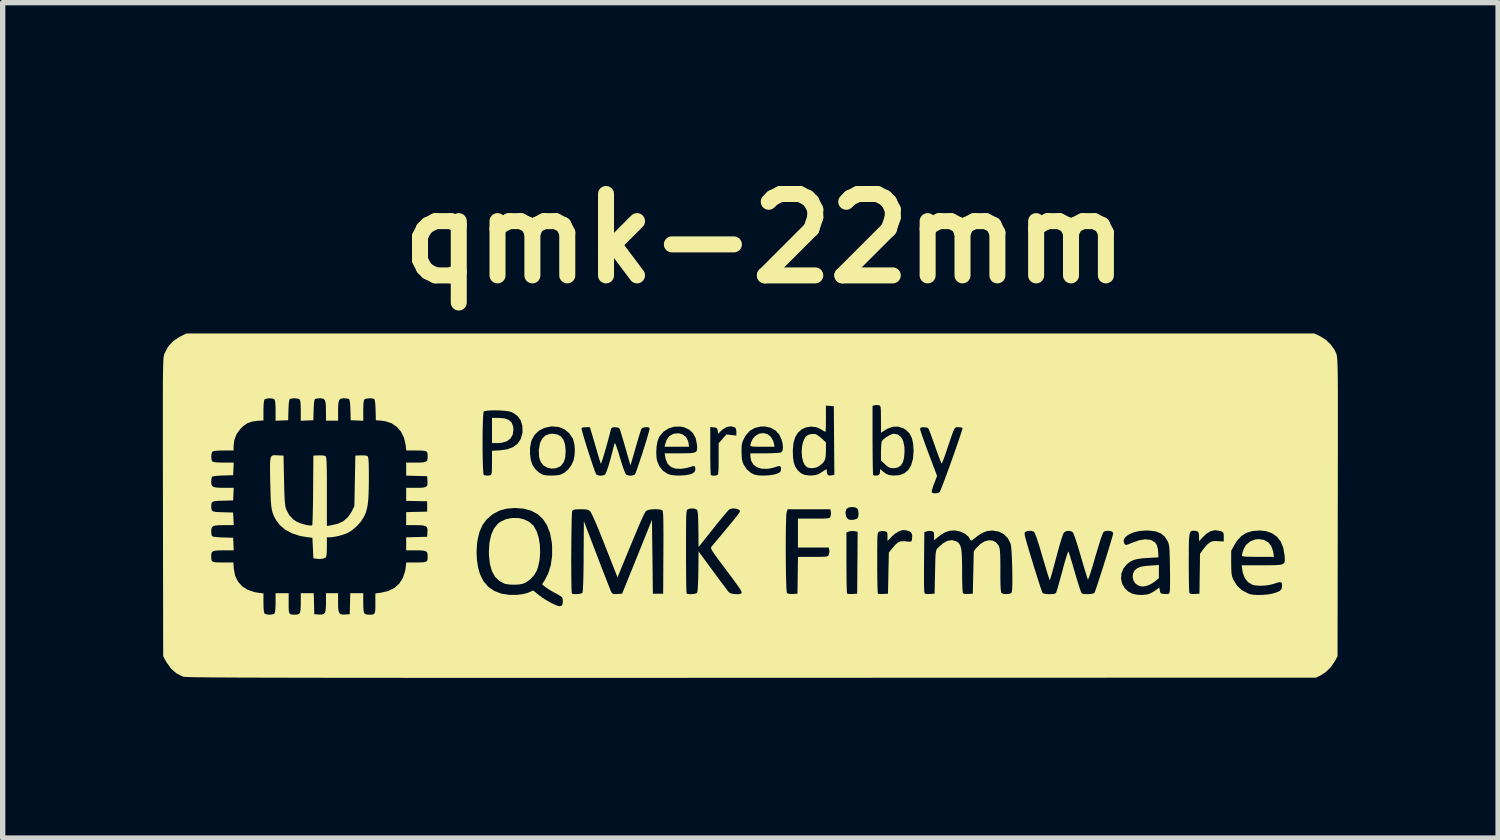
<source format=kicad_pcb>
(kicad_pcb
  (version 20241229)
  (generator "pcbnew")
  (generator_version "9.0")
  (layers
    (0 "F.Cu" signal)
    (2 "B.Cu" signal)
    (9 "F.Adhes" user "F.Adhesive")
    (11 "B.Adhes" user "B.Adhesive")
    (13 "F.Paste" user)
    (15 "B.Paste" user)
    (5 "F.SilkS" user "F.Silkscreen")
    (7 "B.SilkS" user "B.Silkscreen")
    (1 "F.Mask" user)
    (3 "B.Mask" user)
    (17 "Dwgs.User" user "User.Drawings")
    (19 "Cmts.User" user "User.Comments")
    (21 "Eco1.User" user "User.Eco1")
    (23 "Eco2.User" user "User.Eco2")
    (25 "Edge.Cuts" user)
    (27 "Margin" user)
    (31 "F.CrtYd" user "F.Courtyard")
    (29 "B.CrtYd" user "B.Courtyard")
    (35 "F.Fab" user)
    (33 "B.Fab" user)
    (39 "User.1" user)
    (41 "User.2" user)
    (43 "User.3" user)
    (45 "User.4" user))
  (footprint "qmk-22mm"
    (layer "F.Cu")
    (at 11.003 6.418)
    (property "Reference" "qmk-22mm" (at 0.272 -5 0) (layer "F.SilkS") (effects (font (size 1.524 1.524) (thickness 0.3))))
    (attr board_only exclude_from_pos_files exclude_from_bom)
    (fp_poly (pts (xy -1.267 -1.331) (xy -1.206 -1.283) (xy -1.167 -1.212) (xy -1.158 -1.172) (xy -1.148 -1.101) (xy -1.608 -1.101) (xy -1.596 -1.149) (xy -1.564 -1.24) (xy -1.515 -1.302) (xy -1.447 -1.34) (xy -1.429 -1.346) (xy -1.343 -1.354)) (stroke (width 0) (type solid)) (fill yes) (layer "F.SilkS"))
    (fp_poly (pts (xy -4.606 -1.633) (xy -4.525 -1.603) (xy -4.471 -1.554) (xy -4.443 -1.482) (xy -4.437 -1.42) (xy -4.451 -1.327) (xy -4.493 -1.254) (xy -4.561 -1.204) (xy -4.655 -1.176) (xy -4.73 -1.17) (xy -4.839 -1.17) (xy -4.839 -1.642) (xy -4.716 -1.642)) (stroke (width 0) (type solid)) (fill yes) (layer "F.SilkS"))
    (fp_poly (pts (xy 0.32 -1.337) (xy 0.381 -1.29) (xy 0.425 -1.219) (xy 0.443 -1.157) (xy 0.453 -1.101) (xy 0.227 -1.101) (xy 0.132 -1.101) (xy 0.068 -1.103) (xy 0.028 -1.107) (xy 0.007 -1.114) (xy 0.000156 -1.125) (xy 0 -1.127) (xy 0.012 -1.182) (xy 0.042 -1.244) (xy 0.083 -1.295) (xy 0.095 -1.306) (xy 0.171 -1.348) (xy 0.248 -1.357)) (stroke (width 0) (type solid)) (fill yes) (layer "F.SilkS"))
    (fp_poly (pts (xy 9.619 0.644) (xy 9.698 0.687) (xy 9.755 0.758) (xy 9.789 0.853) (xy 9.794 0.88) (xy 9.805 0.961) (xy 9.506 0.961) (xy 9.391 0.96) (xy 9.307 0.958) (xy 9.251 0.954) (xy 9.218 0.949) (xy 9.207 0.941) (xy 9.206 0.939) (xy 9.217 0.876) (xy 9.244 0.805) (xy 9.281 0.742) (xy 9.289 0.732) (xy 9.364 0.669) (xy 9.457 0.635) (xy 9.522 0.629)) (stroke (width 0) (type solid)) (fill yes) (layer "F.SilkS"))
    (fp_poly (pts (xy -3.616 -1.332) (xy -3.547 -1.294) (xy -3.498 -1.229) (xy -3.469 -1.136) (xy -3.459 -1.014) (xy -3.459 -1.013) (xy -3.467 -0.901) (xy -3.494 -0.815) (xy -3.54 -0.752) (xy -3.565 -0.731) (xy -3.64 -0.699) (xy -3.727 -0.692) (xy -3.8 -0.708) (xy -3.876 -0.751) (xy -3.929 -0.819) (xy -3.957 -0.912) (xy -3.962 -1.031) (xy -3.959 -1.061) (xy -3.938 -1.174) (xy -3.896 -1.258) (xy -3.835 -1.314) (xy -3.753 -1.342) (xy -3.707 -1.345)) (stroke (width 0) (type solid)) (fill yes) (layer "F.SilkS"))
    (fp_poly (pts (xy 7.651 1.36) (xy 7.577 1.421) (xy 7.52 1.46) (xy 7.459 1.491) (xy 7.433 1.5) (xy 7.384 1.513) (xy 7.35 1.516) (xy 7.312 1.512) (xy 7.29 1.508) (xy 7.252 1.49) (xy 7.211 1.459) (xy 7.207 1.455) (xy 7.173 1.4) (xy 7.16 1.334) (xy 7.168 1.268) (xy 7.197 1.215) (xy 7.202 1.211) (xy 7.242 1.178) (xy 7.284 1.156) (xy 7.337 1.141) (xy 7.409 1.131) (xy 7.483 1.125) (xy 7.651 1.113)) (stroke (width 0) (type solid)) (fill yes) (layer "F.SilkS"))
    (fp_poly (pts (xy 2.762 -1.33) (xy 2.82 -1.285) (xy 2.861 -1.211) (xy 2.884 -1.109) (xy 2.888 -1.022) (xy 2.88 -0.901) (xy 2.856 -0.809) (xy 2.814 -0.746) (xy 2.754 -0.71) (xy 2.677 -0.699) (xy 2.629 -0.703) (xy 2.589 -0.718) (xy 2.544 -0.752) (xy 2.524 -0.771) (xy 2.446 -0.843) (xy 2.446 -1.008) (xy 2.448 -1.084) (xy 2.453 -1.15) (xy 2.46 -1.196) (xy 2.464 -1.208) (xy 2.494 -1.242) (xy 2.545 -1.281) (xy 2.602 -1.315) (xy 2.656 -1.339) (xy 2.686 -1.345)) (stroke (width 0) (type solid)) (fill yes) (layer "F.SilkS"))
    (fp_poly (pts (xy 1.209 -1.34) (xy 1.224 -1.336) (xy 1.258 -1.318) (xy 1.305 -1.283) (xy 1.339 -1.254) (xy 1.415 -1.183) (xy 1.415 -1.027) (xy 1.412 -0.937) (xy 1.402 -0.873) (xy 1.38 -0.824) (xy 1.341 -0.781) (xy 1.289 -0.74) (xy 1.227 -0.71) (xy 1.153 -0.699) (xy 1.085 -0.708) (xy 1.06 -0.719) (xy 1.016 -0.762) (xy 0.985 -0.831) (xy 0.967 -0.916) (xy 0.961 -1.011) (xy 0.968 -1.106) (xy 0.988 -1.195) (xy 1.022 -1.268) (xy 1.042 -1.296) (xy 1.087 -1.325) (xy 1.148 -1.34)) (stroke (width 0) (type solid)) (fill yes) (layer "F.SilkS"))
    (fp_poly (pts (xy -4.354 0.233) (xy -4.243 0.257) (xy -4.145 0.304) (xy -4.066 0.373) (xy -4.054 0.389) (xy -4.001 0.485) (xy -3.964 0.604) (xy -3.942 0.739) (xy -3.937 0.881) (xy -3.948 1.022) (xy -3.977 1.153) (xy -4.003 1.225) (xy -4.052 1.307) (xy -4.122 1.382) (xy -4.201 1.439) (xy -4.259 1.464) (xy -4.33 1.478) (xy -4.417 1.483) (xy -4.506 1.48) (xy -4.582 1.469) (xy -4.608 1.462) (xy -4.706 1.409) (xy -4.784 1.331) (xy -4.841 1.226) (xy -4.878 1.094) (xy -4.896 0.934) (xy -4.897 0.856) (xy -4.886 0.691) (xy -4.854 0.549) (xy -4.803 0.433) (xy -4.733 0.344) (xy -4.686 0.307) (xy -4.582 0.257) (xy -4.469 0.233)) (stroke (width 0) (type solid)) (fill yes) (layer "F.SilkS"))
    (fp_poly (pts (xy -8.882 -0.942) (xy -8.845 -0.94) (xy -8.743 -0.935) (xy -8.733 -0.472) (xy -8.73 -0.324) (xy -8.726 -0.207) (xy -8.722 -0.116) (xy -8.716 -0.047) (xy -8.71 0.004) (xy -8.702 0.043) (xy -8.694 0.069) (xy -8.637 0.178) (xy -8.561 0.26) (xy -8.492 0.305) (xy -8.435 0.329) (xy -8.368 0.35) (xy -8.303 0.366) (xy -8.247 0.374) (xy -8.212 0.372) (xy -8.206 0.369) (xy -8.203 0.349) (xy -8.2 0.299) (xy -8.197 0.221) (xy -8.195 0.12) (xy -8.192 0.000176) (xy -8.19 -0.135) (xy -8.189 -0.282) (xy -8.189 -0.289) (xy -8.184 -0.935) (xy -8.082 -0.94) (xy -8.017 -0.939) (xy -7.97 -0.932) (xy -7.956 -0.925) (xy -7.949 -0.914) (xy -7.944 -0.892) (xy -7.94 -0.856) (xy -7.936 -0.803) (xy -7.934 -0.728) (xy -7.932 -0.63) (xy -7.931 -0.505) (xy -7.931 -0.35) (xy -7.931 -0.261) (xy -7.931 0.382) (xy -7.865 0.373) (xy -7.73 0.342) (xy -7.621 0.291) (xy -7.536 0.217) (xy -7.469 0.118) (xy -7.465 0.109) (xy -7.416 0.009) (xy -7.398 -0.935) (xy -7.296 -0.94) (xy -7.231 -0.939) (xy -7.184 -0.932) (xy -7.17 -0.925) (xy -7.161 -0.911) (xy -7.155 -0.885) (xy -7.15 -0.841) (xy -7.147 -0.775) (xy -7.146 -0.684) (xy -7.145 -0.563) (xy -7.145 -0.526) (xy -7.146 -0.359) (xy -7.15 -0.222) (xy -7.156 -0.11) (xy -7.166 -0.019) (xy -7.181 0.058) (xy -7.199 0.124) (xy -7.224 0.184) (xy -7.233 0.204) (xy -7.295 0.302) (xy -7.379 0.395) (xy -7.474 0.473) (xy -7.529 0.507) (xy -7.6 0.536) (xy -7.687 0.563) (xy -7.775 0.583) (xy -7.851 0.593) (xy -7.868 0.594) (xy -7.931 0.594) (xy -7.931 0.775) (xy -7.933 0.872) (xy -7.939 0.937) (xy -7.949 0.97) (xy -7.953 0.974) (xy -8.002 0.995) (xy -8.073 1.001) (xy -8.123 0.996) (xy -8.184 0.987) (xy -8.193 0.795) (xy -8.202 0.603) (xy -8.254 0.598) (xy -8.428 0.571) (xy -8.582 0.521) (xy -8.712 0.451) (xy -8.817 0.361) (xy -8.883 0.272) (xy -8.911 0.222) (xy -8.933 0.174) (xy -8.951 0.124) (xy -8.964 0.066) (xy -8.974 -0.004) (xy -8.981 -0.091) (xy -8.986 -0.2) (xy -8.989 -0.337) (xy -8.992 -0.437) (xy -8.995 -0.584) (xy -8.996 -0.7) (xy -8.996 -0.788) (xy -8.991 -0.852) (xy -8.983 -0.896) (xy -8.969 -0.923) (xy -8.948 -0.938) (xy -8.919 -0.943)) (stroke (width 0) (type solid)) (fill yes) (layer "F.SilkS"))
    (fp_poly (pts (xy 10.665 -3.174) (xy 10.773 -3.108) (xy 10.867 -3.019) (xy 10.94 -2.918) (xy 10.97 -2.854) (xy 10.975 -2.841) (xy 10.979 -2.827) (xy 10.983 -2.812) (xy 10.986 -2.792) (xy 10.989 -2.767) (xy 10.992 -2.735) (xy 10.994 -2.694) (xy 10.996 -2.642) (xy 10.998 -2.578) (xy 11 -2.501) (xy 11.001 -2.408) (xy 11.002 -2.298) (xy 11.003 -2.169) (xy 11.003 -2.02) (xy 11.003 -1.849) (xy 11.003 -1.654) (xy 11.003 -1.434) (xy 11.003 -1.186) (xy 11.003 -0.911) (xy 11.002 -0.604) (xy 11.002 -0.266) (xy 11.001 0.032) (xy 10.997 2.821) (xy 10.948 2.914) (xy 10.872 3.025) (xy 10.775 3.12) (xy 10.677 3.183) (xy 10.595 3.223) (xy 0.017 3.226) (xy -0.722 3.226) (xy -1.428 3.227) (xy -2.1 3.227) (xy -2.739 3.227) (xy -3.347 3.227) (xy -3.924 3.227) (xy -4.47 3.227) (xy -4.987 3.227) (xy -5.475 3.227) (xy -5.935 3.227) (xy -6.368 3.227) (xy -6.775 3.226) (xy -7.156 3.226) (xy -7.512 3.226) (xy -7.844 3.226) (xy -8.153 3.225) (xy -8.439 3.225) (xy -8.703 3.224) (xy -8.947 3.224) (xy -9.17 3.223) (xy -9.374 3.222) (xy -9.559 3.222) (xy -9.726 3.221) (xy -9.876 3.22) (xy -10.01 3.219) (xy -10.129 3.218) (xy -10.232 3.217) (xy -10.322 3.216) (xy -10.398 3.215) (xy -10.462 3.214) (xy -10.514 3.212) (xy -10.555 3.211) (xy -10.587 3.209) (xy -10.609 3.208) (xy -10.622 3.206) (xy -10.626 3.205) (xy -10.745 3.145) (xy -10.846 3.058) (xy -10.932 2.94) (xy -10.955 2.899) (xy -10.997 2.821) (xy -11 0.945) (xy -10.097 0.945) (xy -10.096 0.995) (xy -10.09 1.029) (xy -10.071 1.05) (xy -10.036 1.061) (xy -9.978 1.065) (xy -9.892 1.066) (xy -9.879 1.066) (xy -9.683 1.066) (xy -9.674 1.187) (xy -9.649 1.315) (xy -9.596 1.425) (xy -9.515 1.514) (xy -9.41 1.58) (xy -9.282 1.622) (xy -9.219 1.633) (xy -9.119 1.645) (xy -9.119 1.823) (xy -9.117 1.92) (xy -9.11 1.986) (xy -9.1 2.021) (xy -9.098 2.023) (xy -9.068 2.036) (xy -9.02 2.043) (xy -9.005 2.044) (xy -8.955 2.039) (xy -8.918 2.027) (xy -8.913 2.023) (xy -8.902 1.993) (xy -8.895 1.93) (xy -8.892 1.837) (xy -8.892 1.822) (xy -8.892 1.642) (xy -8.647 1.642) (xy -8.647 1.832) (xy -8.647 1.921) (xy -8.643 1.981) (xy -8.632 2.017) (xy -8.612 2.036) (xy -8.578 2.043) (xy -8.528 2.044) (xy -8.527 2.044) (xy -8.483 2.041) (xy -8.453 2.029) (xy -8.434 2.002) (xy -8.424 1.955) (xy -8.421 1.882) (xy -8.42 1.822) (xy -8.42 1.642) (xy -8.177 1.642) (xy -8.172 1.839) (xy -8.167 2.035) (xy -8.08 2.041) (xy -8.027 2.041) (xy -7.99 2.031) (xy -7.967 2.006) (xy -7.955 1.96) (xy -7.949 1.888) (xy -7.948 1.813) (xy -7.948 1.642) (xy -7.721 1.642) (xy -7.721 1.813) (xy -7.72 1.908) (xy -7.713 1.973) (xy -7.698 2.014) (xy -7.672 2.035) (xy -7.631 2.042) (xy -7.59 2.041) (xy -7.503 2.035) (xy -7.498 1.839) (xy -7.493 1.642) (xy -7.25 1.642) (xy -7.25 1.822) (xy -7.248 1.914) (xy -7.243 1.976) (xy -7.23 2.015) (xy -7.207 2.035) (xy -7.172 2.043) (xy -7.143 2.044) (xy -7.092 2.043) (xy -7.058 2.036) (xy -7.038 2.017) (xy -7.027 1.981) (xy -7.023 1.921) (xy -7.023 1.834) (xy -7.023 1.645) (xy -6.922 1.633) (xy -6.783 1.601) (xy -6.667 1.544) (xy -6.574 1.46) (xy -6.506 1.353) (xy -6.465 1.223) (xy -6.456 1.166) (xy -6.444 1.066) (xy -6.255 1.066) (xy -6.166 1.065) (xy -6.107 1.061) (xy -6.071 1.05) (xy -6.052 1.03) (xy -6.045 0.995) (xy -6.044 0.945) (xy -6.047 0.901) (xy -6.059 0.871) (xy -6.069 0.864) (xy -5.128 0.864) (xy -5.121 1.018) (xy -5.099 1.163) (xy -5.064 1.285) (xy -4.999 1.415) (xy -4.91 1.52) (xy -4.799 1.598) (xy -4.667 1.649) (xy -4.513 1.673) (xy -4.379 1.673) (xy -4.265 1.66) (xy -4.173 1.636) (xy -4.15 1.627) (xy -4.067 1.59) (xy -3.961 1.677) (xy -3.892 1.727) (xy -3.814 1.777) (xy -3.734 1.822) (xy -3.66 1.858) (xy -3.601 1.881) (xy -3.57 1.886) (xy -3.535 1.875) (xy -3.522 1.859) (xy -3.513 1.814) (xy -3.513 1.762) (xy -3.523 1.723) (xy -3.525 1.719) (xy -3.545 1.703) (xy -3.589 1.675) (xy -3.647 1.643) (xy -3.661 1.636) (xy -3.729 1.598) (xy -3.793 1.558) (xy -3.84 1.525) (xy -3.843 1.523) (xy -3.901 1.474) (xy -3.854 1.403) (xy -3.785 1.27) (xy -3.737 1.114) (xy -3.726 1.034) (xy -3.355 1.034) (xy -3.354 1.171) (xy -3.354 1.299) (xy -3.352 1.414) (xy -3.351 1.51) (xy -3.348 1.584) (xy -3.345 1.632) (xy -3.342 1.648) (xy -3.314 1.657) (xy -3.267 1.66) (xy -3.213 1.656) (xy -3.168 1.647) (xy -3.147 1.636) (xy -3.141 1.614) (xy -3.136 1.561) (xy -3.132 1.477) (xy -3.128 1.361) (xy -3.125 1.211) (xy -3.123 1.029) (xy -3.123 0.953) (xy -3.118 0.292) (xy -2.875 0.928) (xy -2.82 1.071) (xy -2.769 1.205) (xy -2.721 1.327) (xy -2.68 1.432) (xy -2.647 1.516) (xy -2.623 1.577) (xy -2.609 1.61) (xy -2.608 1.612) (xy -2.591 1.641) (xy -2.569 1.655) (xy -2.53 1.658) (xy -2.493 1.656) (xy -2.402 1.651) (xy -2.122 0.959) (xy -1.843 0.267) (xy -1.834 0.959) (xy -1.826 1.651) (xy -1.633 1.651) (xy -1.629 0.884) (xy -1.629 0.862) (xy -1.205 0.862) (xy -1.205 1.024) (xy -1.204 1.174) (xy -1.203 1.31) (xy -1.202 1.428) (xy -1.2 1.524) (xy -1.198 1.595) (xy -1.195 1.637) (xy -1.194 1.648) (xy -1.166 1.657) (xy -1.118 1.66) (xy -1.064 1.656) (xy -1.019 1.647) (xy -0.998 1.636) (xy -0.991 1.61) (xy -0.985 1.55) (xy -0.98 1.458) (xy -0.976 1.337) (xy -0.974 1.236) (xy -0.97 0.859) (xy -0.699 1.228) (xy -0.625 1.329) (xy -0.556 1.422) (xy -0.495 1.502) (xy -0.447 1.566) (xy -0.413 1.61) (xy -0.397 1.629) (xy -0.365 1.645) (xy -0.314 1.656) (xy -0.257 1.661) (xy -0.205 1.658) (xy -0.171 1.648) (xy -0.166 1.642) (xy -0.163 1.632) (xy -0.165 1.618) (xy -0.174 1.596) (xy -0.193 1.564) (xy -0.224 1.518) (xy -0.268 1.456) (xy -0.328 1.374) (xy -0.405 1.27) (xy -0.477 1.175) (xy -0.561 1.063) (xy -0.626 0.975) (xy -0.674 0.908) (xy -0.706 0.859) (xy -0.727 0.824) (xy -0.736 0.801) (xy -0.737 0.786) (xy 0.663 0.786) (xy 0.663 0.929) (xy 0.664 1.07) (xy 0.666 1.205) (xy 0.668 1.329) (xy 0.671 1.438) (xy 0.674 1.528) (xy 0.678 1.594) (xy 0.683 1.632) (xy 0.686 1.639) (xy 0.718 1.653) (xy 0.775 1.657) (xy 0.795 1.656) (xy 0.882 1.651) (xy 0.887 1.306) (xy 0.89 1.071) (xy 1.799 1.071) (xy 1.8 1.208) (xy 1.801 1.334) (xy 1.802 1.445) (xy 1.805 1.535) (xy 1.807 1.602) (xy 1.81 1.641) (xy 1.812 1.649) (xy 1.835 1.655) (xy 1.881 1.657) (xy 1.912 1.656) (xy 2 1.651) (xy 2.005 1.072) (xy 2.376 1.072) (xy 2.376 1.209) (xy 2.377 1.335) (xy 2.379 1.445) (xy 2.381 1.536) (xy 2.384 1.603) (xy 2.386 1.641) (xy 2.388 1.649) (xy 2.412 1.655) (xy 2.457 1.657) (xy 2.489 1.656) (xy 2.577 1.651) (xy 2.585 1.302) (xy 3.252 1.302) (xy 3.252 1.413) (xy 3.253 1.505) (xy 3.255 1.574) (xy 3.257 1.614) (xy 3.258 1.621) (xy 3.267 1.645) (xy 3.286 1.656) (xy 3.325 1.658) (xy 3.359 1.656) (xy 3.45 1.651) (xy 3.459 1.246) (xy 3.462 1.117) (xy 3.464 1.018) (xy 3.467 0.945) (xy 3.471 0.893) (xy 3.477 0.857) (xy 3.484 0.832) (xy 3.494 0.814) (xy 3.507 0.798) (xy 3.511 0.794) (xy 3.602 0.711) (xy 3.688 0.662) (xy 3.771 0.648) (xy 3.851 0.668) (xy 3.859 0.672) (xy 3.891 0.692) (xy 3.915 0.719) (xy 3.934 0.757) (xy 3.948 0.809) (xy 3.957 0.881) (xy 3.962 0.976) (xy 3.965 1.098) (xy 3.966 1.228) (xy 3.966 1.342) (xy 3.968 1.444) (xy 3.971 1.531) (xy 3.975 1.595) (xy 3.979 1.632) (xy 3.981 1.639) (xy 4.01 1.654) (xy 4.072 1.657) (xy 4.081 1.656) (xy 4.166 1.651) (xy 4.175 1.253) (xy 4.184 0.856) (xy 4.233 0.794) (xy 4.307 0.72) (xy 4.385 0.672) (xy 4.464 0.65) (xy 4.537 0.656) (xy 4.6 0.688) (xy 4.649 0.748) (xy 4.653 0.757) (xy 4.663 0.783) (xy 4.67 0.816) (xy 4.675 0.862) (xy 4.679 0.926) (xy 4.681 1.012) (xy 4.682 1.126) (xy 4.682 1.218) (xy 4.682 1.36) (xy 4.684 1.471) (xy 4.688 1.552) (xy 4.693 1.605) (xy 4.699 1.634) (xy 4.703 1.639) (xy 4.737 1.654) (xy 4.789 1.659) (xy 4.843 1.654) (xy 4.883 1.64) (xy 4.891 1.633) (xy 4.898 1.608) (xy 4.903 1.553) (xy 4.906 1.475) (xy 4.907 1.38) (xy 4.906 1.273) (xy 4.904 1.161) (xy 4.901 1.05) (xy 4.896 0.944) (xy 4.891 0.851) (xy 4.884 0.776) (xy 4.876 0.725) (xy 4.873 0.713) (xy 4.822 0.612) (xy 4.748 0.537) (xy 4.707 0.515) (xy 5.137 0.515) (xy 5.137 0.538) (xy 5.143 0.572) (xy 5.156 0.623) (xy 5.175 0.693) (xy 5.202 0.785) (xy 5.237 0.904) (xy 5.283 1.052) (xy 5.287 1.066) (xy 5.328 1.199) (xy 5.366 1.321) (xy 5.401 1.43) (xy 5.43 1.52) (xy 5.453 1.587) (xy 5.468 1.628) (xy 5.473 1.638) (xy 5.501 1.651) (xy 5.557 1.658) (xy 5.6 1.66) (xy 5.665 1.657) (xy 5.704 1.65) (xy 5.724 1.634) (xy 5.727 1.629) (xy 5.736 1.604) (xy 5.753 1.55) (xy 5.775 1.473) (xy 5.801 1.378) (xy 5.831 1.271) (xy 5.845 1.218) (xy 5.874 1.11) (xy 5.901 1.016) (xy 5.925 0.94) (xy 5.943 0.887) (xy 5.955 0.861) (xy 5.958 0.86) (xy 5.966 0.882) (xy 5.982 0.934) (xy 6.005 1.008) (xy 6.033 1.101) (xy 6.064 1.206) (xy 6.079 1.258) (xy 6.111 1.367) (xy 6.142 1.465) (xy 6.168 1.547) (xy 6.189 1.607) (xy 6.204 1.641) (xy 6.208 1.646) (xy 6.241 1.656) (xy 6.294 1.659) (xy 6.353 1.658) (xy 6.405 1.651) (xy 6.439 1.64) (xy 6.443 1.637) (xy 6.452 1.616) (xy 6.47 1.566) (xy 6.495 1.492) (xy 6.526 1.4) (xy 6.536 1.368) (xy 6.942 1.368) (xy 6.962 1.459) (xy 7.007 1.542) (xy 7.076 1.61) (xy 7.156 1.652) (xy 7.24 1.67) (xy 7.336 1.675) (xy 7.426 1.666) (xy 7.461 1.657) (xy 7.512 1.634) (xy 7.571 1.6) (xy 7.59 1.586) (xy 7.66 1.536) (xy 7.669 1.593) (xy 7.677 1.628) (xy 7.693 1.646) (xy 7.728 1.654) (xy 7.76 1.656) (xy 7.811 1.658) (xy 7.837 1.651) (xy 7.85 1.631) (xy 7.854 1.616) (xy 7.857 1.587) (xy 7.859 1.527) (xy 7.86 1.444) (xy 7.86 1.343) (xy 7.859 1.228) (xy 7.858 1.157) (xy 7.857 1.065) (xy 8.21 1.065) (xy 8.211 1.2) (xy 8.212 1.325) (xy 8.213 1.434) (xy 8.215 1.524) (xy 8.218 1.59) (xy 8.22 1.627) (xy 8.221 1.633) (xy 8.237 1.65) (xy 8.27 1.657) (xy 8.322 1.656) (xy 8.411 1.651) (xy 8.416 1.278) (xy 8.419 1.074) (xy 9.005 1.074) (xy 9.006 1.172) (xy 9.009 1.242) (xy 9.015 1.295) (xy 9.025 1.337) (xy 9.04 1.376) (xy 9.046 1.389) (xy 9.114 1.5) (xy 9.206 1.586) (xy 9.323 1.647) (xy 9.363 1.661) (xy 9.423 1.671) (xy 9.505 1.675) (xy 9.598 1.673) (xy 9.688 1.665) (xy 9.766 1.652) (xy 9.775 1.65) (xy 9.858 1.625) (xy 9.912 1.6) (xy 9.943 1.57) (xy 9.956 1.531) (xy 9.957 1.502) (xy 9.955 1.461) (xy 9.943 1.439) (xy 9.916 1.434) (xy 9.867 1.445) (xy 9.8 1.467) (xy 9.722 1.487) (xy 9.631 1.499) (xy 9.537 1.502) (xy 9.455 1.496) (xy 9.404 1.484) (xy 9.321 1.435) (xy 9.26 1.359) (xy 9.222 1.257) (xy 9.214 1.208) (xy 9.202 1.118) (xy 9.578 1.118) (xy 9.714 1.118) (xy 9.818 1.117) (xy 9.895 1.112) (xy 9.949 1.104) (xy 9.983 1.088) (xy 10.002 1.065) (xy 10.009 1.033) (xy 10.009 0.989) (xy 10.005 0.934) (xy 9.981 0.793) (xy 9.933 0.675) (xy 9.861 0.583) (xy 9.768 0.517) (xy 9.653 0.478) (xy 9.543 0.467) (xy 9.405 0.477) (xy 9.29 0.511) (xy 9.194 0.572) (xy 9.113 0.661) (xy 9.068 0.734) (xy 9.005 0.847) (xy 9.005 1.074) (xy 8.419 1.074) (xy 8.421 0.905) (xy 8.473 0.829) (xy 8.517 0.773) (xy 8.566 0.723) (xy 8.586 0.707) (xy 8.624 0.681) (xy 8.662 0.668) (xy 8.712 0.665) (xy 8.755 0.667) (xy 8.866 0.673) (xy 8.866 0.585) (xy 8.864 0.533) (xy 8.855 0.505) (xy 8.831 0.488) (xy 8.793 0.475) (xy 8.705 0.461) (xy 8.622 0.479) (xy 8.54 0.529) (xy 8.486 0.58) (xy 8.403 0.668) (xy 8.403 0.58) (xy 8.398 0.52) (xy 8.381 0.487) (xy 8.344 0.474) (xy 8.306 0.472) (xy 8.281 0.473) (xy 8.26 0.477) (xy 8.244 0.49) (xy 8.232 0.513) (xy 8.223 0.551) (xy 8.217 0.607) (xy 8.213 0.684) (xy 8.211 0.785) (xy 8.211 0.915) (xy 8.21 1.065) (xy 7.857 1.065) (xy 7.856 1.025) (xy 7.853 0.923) (xy 7.85 0.845) (xy 7.846 0.788) (xy 7.84 0.745) (xy 7.833 0.712) (xy 7.822 0.684) (xy 7.811 0.66) (xy 7.758 0.579) (xy 7.686 0.521) (xy 7.593 0.485) (xy 7.474 0.469) (xy 7.407 0.467) (xy 7.296 0.476) (xy 7.196 0.497) (xy 7.112 0.529) (xy 7.047 0.569) (xy 7.005 0.614) (xy 6.989 0.663) (xy 7.004 0.713) (xy 7.009 0.721) (xy 7.023 0.734) (xy 7.043 0.737) (xy 7.075 0.728) (xy 7.129 0.706) (xy 7.151 0.697) (xy 7.277 0.651) (xy 7.389 0.633) (xy 7.485 0.641) (xy 7.515 0.652) (xy 7.574 0.686) (xy 7.611 0.735) (xy 7.631 0.806) (xy 7.637 0.865) (xy 7.643 0.97) (xy 7.451 0.981) (xy 7.335 0.989) (xy 7.246 1.002) (xy 7.178 1.02) (xy 7.122 1.046) (xy 7.071 1.083) (xy 7.048 1.103) (xy 6.984 1.183) (xy 6.949 1.273) (xy 6.942 1.368) (xy 6.536 1.368) (xy 6.56 1.293) (xy 6.597 1.178) (xy 6.635 1.059) (xy 6.672 0.94) (xy 6.707 0.827) (xy 6.738 0.724) (xy 6.764 0.637) (xy 6.783 0.57) (xy 6.794 0.528) (xy 6.795 0.518) (xy 6.78 0.492) (xy 6.742 0.476) (xy 6.692 0.471) (xy 6.641 0.48) (xy 6.623 0.488) (xy 6.609 0.506) (xy 6.59 0.548) (xy 6.565 0.617) (xy 6.534 0.715) (xy 6.495 0.842) (xy 6.463 0.951) (xy 6.429 1.069) (xy 6.397 1.174) (xy 6.369 1.263) (xy 6.346 1.33) (xy 6.33 1.372) (xy 6.322 1.385) (xy 6.322 1.385) (xy 6.314 1.365) (xy 6.298 1.316) (xy 6.275 1.243) (xy 6.247 1.15) (xy 6.215 1.042) (xy 6.187 0.944) (xy 6.142 0.792) (xy 6.104 0.671) (xy 6.073 0.58) (xy 6.049 0.52) (xy 6.033 0.494) (xy 6.033 0.494) (xy 5.982 0.474) (xy 5.924 0.477) (xy 5.876 0.501) (xy 5.874 0.503) (xy 5.86 0.53) (xy 5.839 0.587) (xy 5.812 0.672) (xy 5.781 0.78) (xy 5.745 0.908) (xy 5.73 0.966) (xy 5.699 1.083) (xy 5.67 1.188) (xy 5.646 1.276) (xy 5.626 1.343) (xy 5.613 1.385) (xy 5.607 1.398) (xy 5.6 1.381) (xy 5.585 1.336) (xy 5.562 1.266) (xy 5.535 1.175) (xy 5.503 1.068) (xy 5.468 0.951) (xy 5.423 0.797) (xy 5.385 0.676) (xy 5.355 0.587) (xy 5.331 0.526) (xy 5.314 0.494) (xy 5.308 0.488) (xy 5.256 0.473) (xy 5.196 0.475) (xy 5.148 0.493) (xy 5.148 0.494) (xy 5.141 0.502) (xy 5.137 0.515) (xy 4.707 0.515) (xy 4.653 0.488) (xy 4.541 0.469) (xy 4.523 0.468) (xy 4.431 0.479) (xy 4.343 0.513) (xy 4.25 0.573) (xy 4.198 0.617) (xy 4.156 0.648) (xy 4.132 0.656) (xy 4.127 0.652) (xy 4.089 0.587) (xy 4.024 0.531) (xy 3.941 0.49) (xy 3.849 0.468) (xy 3.808 0.466) (xy 3.726 0.474) (xy 3.651 0.499) (xy 3.571 0.546) (xy 3.516 0.589) (xy 3.441 0.649) (xy 3.441 0.569) (xy 3.439 0.519) (xy 3.429 0.494) (xy 3.405 0.481) (xy 3.395 0.478) (xy 3.342 0.475) (xy 3.304 0.483) (xy 3.258 0.499) (xy 3.253 1.04) (xy 3.252 1.176) (xy 3.252 1.302) (xy 2.585 1.302) (xy 2.585 1.265) (xy 2.594 0.879) (xy 2.661 0.797) (xy 2.718 0.732) (xy 2.766 0.691) (xy 2.812 0.671) (xy 2.867 0.667) (xy 2.915 0.671) (xy 2.973 0.677) (xy 3.004 0.675) (xy 3.019 0.664) (xy 3.026 0.64) (xy 3.027 0.634) (xy 3.032 0.561) (xy 3.015 0.508) (xy 2.977 0.48) (xy 2.972 0.479) (xy 2.928 0.468) (xy 2.902 0.461) (xy 2.848 0.46) (xy 2.781 0.483) (xy 2.71 0.526) (xy 2.651 0.578) (xy 2.568 0.664) (xy 2.568 0.577) (xy 2.567 0.526) (xy 2.558 0.498) (xy 2.537 0.486) (xy 2.509 0.48) (xy 2.455 0.477) (xy 2.413 0.488) (xy 2.402 0.494) (xy 2.394 0.504) (xy 2.388 0.52) (xy 2.383 0.546) (xy 2.38 0.586) (xy 2.378 0.644) (xy 2.377 0.724) (xy 2.376 0.828) (xy 2.376 0.961) (xy 2.376 1.072) (xy 2.005 1.072) (xy 2.005 1.071) (xy 2.009 0.491) (xy 1.947 0.479) (xy 1.889 0.476) (xy 1.842 0.487) (xy 1.799 0.506) (xy 1.799 1.071) (xy 0.89 1.071) (xy 0.892 0.961) (xy 1.171 0.961) (xy 1.276 0.961) (xy 1.351 0.96) (xy 1.401 0.957) (xy 1.433 0.953) (xy 1.452 0.945) (xy 1.463 0.933) (xy 1.47 0.918) (xy 1.481 0.868) (xy 1.478 0.831) (xy 1.467 0.786) (xy 0.891 0.786) (xy 0.891 0.245) (xy 1.188 0.245) (xy 1.297 0.244) (xy 1.375 0.244) (xy 1.429 0.241) (xy 1.463 0.237) (xy 1.483 0.23) (xy 1.494 0.22) (xy 1.501 0.206) (xy 1.501 0.204) (xy 1.51 0.156) (xy 1.509 0.139) (xy 1.782 0.139) (xy 1.793 0.208) (xy 1.827 0.253) (xy 1.86 0.267) (xy 1.916 0.269) (xy 1.973 0.256) (xy 2.005 0.24) (xy 2.021 0.209) (xy 2.026 0.159) (xy 2.022 0.106) (xy 2.008 0.063) (xy 1.998 0.051) (xy 1.962 0.035) (xy 1.911 0.027) (xy 1.904 0.027) (xy 1.838 0.037) (xy 1.798 0.067) (xy 1.782 0.122) (xy 1.782 0.139) (xy 1.509 0.139) (xy 1.507 0.117) (xy 1.498 0.07) (xy 0.698 0.07) (xy 0.681 0.115) (xy 0.676 0.145) (xy 0.672 0.204) (xy 0.669 0.288) (xy 0.666 0.393) (xy 0.664 0.514) (xy 0.663 0.646) (xy 0.663 0.786) (xy -0.737 0.786) (xy -0.737 0.785) (xy -0.731 0.773) (xy -0.73 0.773) (xy -0.6 0.617) (xy -0.487 0.482) (xy -0.392 0.367) (xy -0.316 0.275) (xy -0.261 0.207) (xy -0.227 0.163) (xy -0.218 0.151) (xy -0.197 0.116) (xy -0.196 0.097) (xy -0.214 0.079) (xy -0.218 0.076) (xy -0.265 0.058) (xy -0.326 0.054) (xy -0.384 0.066) (xy -0.387 0.067) (xy -0.405 0.083) (xy -0.442 0.123) (xy -0.493 0.183) (xy -0.557 0.26) (xy -0.629 0.348) (xy -0.692 0.428) (xy -0.97 0.777) (xy -0.974 0.436) (xy -0.976 0.317) (xy -0.979 0.228) (xy -0.982 0.164) (xy -0.987 0.122) (xy -0.993 0.095) (xy -1.002 0.079) (xy -1.008 0.074) (xy -1.056 0.056) (xy -1.117 0.055) (xy -1.172 0.07) (xy -1.172 0.07) (xy -1.18 0.076) (xy -1.186 0.085) (xy -1.192 0.101) (xy -1.196 0.126) (xy -1.199 0.165) (xy -1.202 0.219) (xy -1.203 0.292) (xy -1.204 0.388) (xy -1.205 0.509) (xy -1.205 0.658) (xy -1.205 0.839) (xy -1.205 0.862) (xy -1.629 0.862) (xy -1.628 0.682) (xy -1.628 0.512) (xy -1.629 0.374) (xy -1.63 0.265) (xy -1.633 0.185) (xy -1.637 0.13) (xy -1.641 0.1) (xy -1.644 0.094) (xy -1.675 0.078) (xy -1.73 0.07) (xy -1.796 0.068) (xy -1.862 0.073) (xy -1.919 0.085) (xy -1.954 0.102) (xy -1.954 0.102) (xy -1.967 0.12) (xy -1.986 0.154) (xy -2.011 0.206) (xy -2.044 0.278) (xy -2.085 0.372) (xy -2.135 0.491) (xy -2.196 0.636) (xy -2.268 0.809) (xy -2.35 1.009) (xy -2.488 1.345) (xy -2.552 1.183) (xy -2.576 1.122) (xy -2.61 1.035) (xy -2.652 0.928) (xy -2.7 0.808) (xy -2.749 0.682) (xy -2.788 0.585) (xy -2.836 0.465) (xy -2.882 0.355) (xy -2.923 0.26) (xy -2.958 0.184) (xy -2.984 0.132) (xy -2.999 0.109) (xy -3.023 0.089) (xy -3.053 0.077) (xy -3.098 0.071) (xy -3.167 0.07) (xy -3.178 0.07) (xy -3.25 0.071) (xy -3.294 0.075) (xy -3.32 0.085) (xy -3.335 0.101) (xy -3.336 0.104) (xy -3.34 0.127) (xy -3.343 0.181) (xy -3.346 0.261) (xy -3.348 0.362) (xy -3.35 0.479) (xy -3.352 0.61) (xy -3.353 0.749) (xy -3.354 0.892) (xy -3.355 1.034) (xy -3.726 1.034) (xy -3.713 0.943) (xy -3.713 0.761) (xy -3.719 0.688) (xy -3.752 0.516) (xy -3.808 0.37) (xy -3.886 0.252) (xy -3.986 0.16) (xy -4.108 0.095) (xy -4.253 0.057) (xy -4.411 0.046) (xy -4.563 0.058) (xy -4.694 0.093) (xy -4.811 0.154) (xy -4.844 0.177) (xy -4.941 0.263) (xy -5.016 0.364) (xy -5.07 0.485) (xy -5.106 0.63) (xy -5.119 0.716) (xy -5.128 0.864) (xy -6.069 0.864) (xy -6.086 0.853) (xy -6.133 0.843) (xy -6.206 0.839) (xy -6.266 0.839) (xy -6.446 0.839) (xy -6.446 0.595) (xy -6.25 0.59) (xy -6.053 0.585) (xy -6.048 0.498) (xy -6.047 0.445) (xy -6.057 0.409) (xy -6.082 0.386) (xy -6.128 0.373) (xy -6.2 0.368) (xy -6.275 0.367) (xy -6.446 0.367) (xy -6.446 0.123) (xy -6.25 0.118) (xy -6.053 0.114) (xy -6.053 -0.079) (xy -6.25 -0.084) (xy -6.446 -0.088) (xy -6.446 -0.332) (xy -6.265 -0.332) (xy -6.173 -0.333) (xy -6.11 -0.339) (xy -6.071 -0.354) (xy -6.052 -0.379) (xy -6.046 -0.419) (xy -6.048 -0.466) (xy -6.053 -0.55) (xy -6.25 -0.555) (xy -6.446 -0.56) (xy -6.446 -0.804) (xy -6.266 -0.804) (xy -6.174 -0.805) (xy -6.112 -0.811) (xy -6.073 -0.824) (xy -6.053 -0.846) (xy -6.045 -0.881) (xy -6.044 -0.91) (xy -6.045 -0.961) (xy -6.052 -0.995) (xy -6.071 -1.016) (xy -6.107 -1.026) (xy -6.167 -1.03) (xy -6.255 -1.031) (xy -6.444 -1.031) (xy -6.455 -1.131) (xy -6.461 -1.156) (xy -5.015 -1.156) (xy -5.015 -1.032) (xy -5.013 -0.913) (xy -5.011 -0.804) (xy -5.007 -0.71) (xy -5.003 -0.637) (xy -4.998 -0.589) (xy -4.992 -0.571) (xy -4.94 -0.561) (xy -4.883 -0.565) (xy -4.867 -0.57) (xy -4.855 -0.579) (xy -4.847 -0.601) (xy -4.842 -0.64) (xy -4.84 -0.703) (xy -4.839 -0.795) (xy -4.839 -0.803) (xy -4.839 -0.963) (xy -4.127 -0.963) (xy -4.111 -0.85) (xy -4.08 -0.76) (xy -4.027 -0.681) (xy -3.958 -0.617) (xy -3.883 -0.576) (xy -3.868 -0.572) (xy -3.811 -0.564) (xy -3.735 -0.561) (xy -3.654 -0.564) (xy -3.584 -0.572) (xy -3.558 -0.578) (xy -3.48 -0.616) (xy -3.408 -0.68) (xy -3.348 -0.763) (xy -3.312 -0.845) (xy -3.293 -0.938) (xy -3.287 -1.042) (xy -3.295 -1.144) (xy -3.316 -1.232) (xy -3.328 -1.26) (xy -3.396 -1.358) (xy -3.484 -1.429) (xy -3.526 -1.446) (xy -3.162 -1.446) (xy -3.157 -1.417) (xy -3.142 -1.362) (xy -3.12 -1.285) (xy -3.093 -1.194) (xy -3.062 -1.093) (xy -3.028 -0.987) (xy -2.994 -0.884) (xy -2.962 -0.787) (xy -2.933 -0.702) (xy -2.909 -0.636) (xy -2.892 -0.594) (xy -2.885 -0.581) (xy -2.849 -0.565) (xy -2.804 -0.559) (xy -2.755 -0.566) (xy -2.721 -0.581) (xy -2.706 -0.606) (xy -2.685 -0.66) (xy -2.659 -0.737) (xy -2.631 -0.833) (xy -2.62 -0.873) (xy -2.595 -0.967) (xy -2.573 -1.05) (xy -2.555 -1.116) (xy -2.543 -1.159) (xy -2.539 -1.17) (xy -2.531 -1.163) (xy -2.516 -1.127) (xy -2.495 -1.067) (xy -2.469 -0.987) (xy -2.443 -0.9) (xy -2.412 -0.8) (xy -2.384 -0.713) (xy -2.358 -0.643) (xy -2.338 -0.597) (xy -2.328 -0.581) (xy -2.29 -0.565) (xy -2.245 -0.559) (xy -2.197 -0.566) (xy -2.164 -0.581) (xy -2.153 -0.602) (xy -2.134 -0.65) (xy -2.109 -0.722) (xy -2.079 -0.809) (xy -2.046 -0.908) (xy -2.017 -0.996) (xy -1.763 -0.996) (xy -1.757 -0.895) (xy -1.747 -0.838) (xy -1.705 -0.737) (xy -1.637 -0.652) (xy -1.546 -0.591) (xy -1.546 -0.591) (xy -1.484 -0.573) (xy -1.4 -0.563) (xy -1.306 -0.562) (xy -1.213 -0.569) (xy -1.134 -0.583) (xy -1.087 -0.6) (xy -1.046 -0.629) (xy -1.031 -0.666) (xy -1.031 -0.679) (xy -1.034 -0.721) (xy -1.05 -0.739) (xy -1.084 -0.736) (xy -1.124 -0.723) (xy -1.184 -0.706) (xy -1.258 -0.693) (xy -1.301 -0.688) (xy -1.406 -0.692) (xy -1.488 -0.723) (xy -1.548 -0.78) (xy -1.585 -0.865) (xy -1.595 -0.913) (xy -1.605 -0.978) (xy -1.33 -0.978) (xy -1.213 -0.979) (xy -1.126 -0.981) (xy -1.065 -0.988) (xy -1.026 -1.002) (xy -1.005 -1.024) (xy -1.005 -1.026) (xy -0.751 -1.026) (xy -0.751 -0.905) (xy -0.749 -0.795) (xy -0.748 -0.702) (xy -0.745 -0.631) (xy -0.742 -0.585) (xy -0.74 -0.571) (xy -0.711 -0.561) (xy -0.667 -0.56) (xy -0.623 -0.569) (xy -0.622 -0.57) (xy -0.611 -0.578) (xy -0.604 -0.597) (xy -0.599 -0.631) (xy -0.596 -0.686) (xy -0.594 -0.767) (xy -0.594 -0.873) (xy -0.594 -1.006) (xy -0.165 -1.006) (xy -0.163 -0.92) (xy -0.156 -0.857) (xy -0.142 -0.806) (xy -0.124 -0.763) (xy -0.067 -0.678) (xy 0.007 -0.613) (xy 0.082 -0.577) (xy 0.149 -0.565) (xy 0.237 -0.561) (xy 0.332 -0.565) (xy 0.42 -0.576) (xy 0.48 -0.59) (xy 0.533 -0.611) (xy 0.561 -0.632) (xy 0.572 -0.66) (xy 0.573 -0.67) (xy 0.572 -0.719) (xy 0.552 -0.74) (xy 0.509 -0.735) (xy 0.483 -0.725) (xy 0.428 -0.708) (xy 0.358 -0.693) (xy 0.317 -0.688) (xy 0.212 -0.69) (xy 0.124 -0.717) (xy 0.057 -0.767) (xy 0.015 -0.838) (xy 0 -0.924) (xy 0 -0.978) (xy 0.272 -0.978) (xy 0.372 -0.979) (xy 0.46 -0.983) (xy 0.527 -0.987) (xy 0.569 -0.994) (xy 0.578 -0.996) (xy 0.591 -1.013) (xy 0.795 -1.013) (xy 0.799 -0.896) (xy 0.814 -0.805) (xy 0.84 -0.731) (xy 0.881 -0.669) (xy 0.887 -0.661) (xy 0.948 -0.605) (xy 1.018 -0.574) (xy 1.107 -0.563) (xy 1.148 -0.564) (xy 1.22 -0.571) (xy 1.275 -0.588) (xy 1.331 -0.621) (xy 1.337 -0.625) (xy 1.382 -0.656) (xy 1.414 -0.676) (xy 1.424 -0.681) (xy 1.43 -0.666) (xy 1.432 -0.629) (xy 1.432 -0.628) (xy 1.443 -0.582) (xy 1.475 -0.562) (xy 1.529 -0.566) (xy 1.573 -0.577) (xy 1.568 -1.225) (xy 2.288 -1.225) (xy 2.289 -1.079) (xy 2.29 -0.943) (xy 2.291 -0.823) (xy 2.293 -0.722) (xy 2.295 -0.643) (xy 2.297 -0.591) (xy 2.3 -0.571) (xy 2.3 -0.571) (xy 2.331 -0.56) (xy 2.376 -0.563) (xy 2.401 -0.57) (xy 2.422 -0.595) (xy 2.428 -0.632) (xy 2.428 -0.683) (xy 2.499 -0.626) (xy 2.547 -0.592) (xy 2.595 -0.573) (xy 2.657 -0.564) (xy 2.679 -0.562) (xy 2.792 -0.569) (xy 2.886 -0.605) (xy 2.96 -0.668) (xy 3.013 -0.76) (xy 3.046 -0.879) (xy 3.057 -1.024) (xy 3.057 -1.029) (xy 3.048 -1.164) (xy 3.022 -1.272) (xy 2.976 -1.356) (xy 2.909 -1.42) (xy 2.889 -1.432) (xy 3.179 -1.432) (xy 3.185 -1.407) (xy 3.202 -1.353) (xy 3.228 -1.277) (xy 3.262 -1.182) (xy 3.301 -1.074) (xy 3.338 -0.975) (xy 3.497 -0.554) (xy 3.441 -0.409) (xy 3.417 -0.343) (xy 3.401 -0.288) (xy 3.396 -0.253) (xy 3.397 -0.246) (xy 3.423 -0.232) (xy 3.467 -0.228) (xy 3.512 -0.234) (xy 3.543 -0.25) (xy 3.544 -0.251) (xy 3.556 -0.274) (xy 3.577 -0.325) (xy 3.606 -0.399) (xy 3.641 -0.491) (xy 3.68 -0.598) (xy 3.723 -0.714) (xy 3.767 -0.836) (xy 3.81 -0.957) (xy 3.851 -1.075) (xy 3.889 -1.185) (xy 3.922 -1.281) (xy 3.948 -1.36) (xy 3.966 -1.417) (xy 3.973 -1.448) (xy 3.973 -1.451) (xy 3.951 -1.462) (xy 3.908 -1.467) (xy 3.896 -1.467) (xy 3.874 -1.468) (xy 3.856 -1.466) (xy 3.841 -1.459) (xy 3.826 -1.442) (xy 3.81 -1.413) (xy 3.791 -1.367) (xy 3.767 -1.3) (xy 3.736 -1.209) (xy 3.696 -1.091) (xy 3.677 -1.035) (xy 3.648 -0.948) (xy 3.621 -0.875) (xy 3.6 -0.82) (xy 3.586 -0.79) (xy 3.583 -0.786) (xy 3.574 -0.802) (xy 3.556 -0.846) (xy 3.53 -0.913) (xy 3.499 -0.997) (xy 3.464 -1.095) (xy 3.461 -1.105) (xy 3.425 -1.205) (xy 3.392 -1.295) (xy 3.365 -1.369) (xy 3.344 -1.42) (xy 3.332 -1.445) (xy 3.332 -1.446) (xy 3.305 -1.46) (xy 3.258 -1.467) (xy 3.247 -1.467) (xy 3.202 -1.464) (xy 3.183 -1.452) (xy 3.179 -1.432) (xy 2.889 -1.432) (xy 2.865 -1.447) (xy 2.769 -1.478) (xy 2.671 -1.476) (xy 2.568 -1.439) (xy 2.533 -1.418) (xy 2.446 -1.364) (xy 2.446 -1.615) (xy 2.445 -1.714) (xy 2.444 -1.783) (xy 2.441 -1.828) (xy 2.435 -1.856) (xy 2.426 -1.87) (xy 2.413 -1.877) (xy 2.409 -1.878) (xy 2.363 -1.883) (xy 2.331 -1.879) (xy 2.288 -1.869) (xy 2.288 -1.225) (xy 1.568 -1.225) (xy 1.563 -1.86) (xy 1.489 -1.866) (xy 1.415 -1.871) (xy 1.415 -1.626) (xy 1.414 -1.538) (xy 1.413 -1.463) (xy 1.41 -1.41) (xy 1.407 -1.382) (xy 1.406 -1.38) (xy 1.387 -1.389) (xy 1.35 -1.411) (xy 1.324 -1.428) (xy 1.234 -1.468) (xy 1.134 -1.479) (xy 1.035 -1.462) (xy 0.962 -1.427) (xy 0.889 -1.362) (xy 0.838 -1.277) (xy 0.807 -1.169) (xy 0.795 -1.035) (xy 0.795 -1.013) (xy 0.591 -1.013) (xy 0.603 -1.029) (xy 0.611 -1.088) (xy 0.602 -1.17) (xy 0.585 -1.235) (xy 0.539 -1.333) (xy 0.469 -1.408) (xy 0.378 -1.458) (xy 0.272 -1.481) (xy 0.198 -1.48) (xy 0.083 -1.453) (xy -0.011 -1.399) (xy -0.085 -1.316) (xy -0.113 -1.267) (xy -0.139 -1.213) (xy -0.155 -1.166) (xy -0.163 -1.115) (xy -0.165 -1.048) (xy -0.165 -1.006) (xy -0.594 -1.006) (xy -0.594 -1.166) (xy -0.521 -1.249) (xy -0.448 -1.332) (xy -0.355 -1.321) (xy -0.262 -1.31) (xy -0.262 -1.379) (xy -0.268 -1.433) (xy -0.289 -1.463) (xy -0.296 -1.467) (xy -0.364 -1.485) (xy -0.439 -1.472) (xy -0.514 -1.43) (xy -0.559 -1.389) (xy -0.603 -1.342) (xy -0.611 -1.4) (xy -0.621 -1.439) (xy -0.642 -1.457) (xy -0.685 -1.464) (xy -0.686 -1.464) (xy -0.751 -1.47) (xy -0.751 -1.026) (xy -1.005 -1.026) (xy -0.997 -1.058) (xy -0.997 -1.104) (xy -1 -1.142) (xy -1.023 -1.259) (xy -1.072 -1.353) (xy -1.146 -1.422) (xy -1.242 -1.466) (xy -1.309 -1.479) (xy -1.426 -1.477) (xy -1.534 -1.444) (xy -1.627 -1.383) (xy -1.7 -1.297) (xy -1.715 -1.269) (xy -1.741 -1.195) (xy -1.757 -1.1) (xy -1.763 -0.996) (xy -2.017 -0.996) (xy -2.012 -1.013) (xy -1.979 -1.118) (xy -1.948 -1.217) (xy -1.922 -1.305) (xy -1.902 -1.377) (xy -1.889 -1.426) (xy -1.886 -1.446) (xy -1.901 -1.462) (xy -1.937 -1.469) (xy -1.98 -1.466) (xy -2.02 -1.454) (xy -2.041 -1.437) (xy -2.05 -1.411) (xy -2.068 -1.357) (xy -2.091 -1.282) (xy -2.118 -1.189) (xy -2.148 -1.087) (xy -2.15 -1.079) (xy -2.179 -0.979) (xy -2.204 -0.891) (xy -2.225 -0.822) (xy -2.239 -0.775) (xy -2.246 -0.756) (xy -2.246 -0.756) (xy -2.252 -0.773) (xy -2.265 -0.819) (xy -2.285 -0.888) (xy -2.31 -0.974) (xy -2.338 -1.074) (xy -2.341 -1.083) (xy -2.37 -1.186) (xy -2.398 -1.278) (xy -2.421 -1.355) (xy -2.438 -1.409) (xy -2.448 -1.436) (xy -2.448 -1.437) (xy -2.477 -1.46) (xy -2.532 -1.467) (xy -2.533 -1.467) (xy -2.579 -1.464) (xy -2.602 -1.45) (xy -2.614 -1.419) (xy -2.643 -1.305) (xy -2.673 -1.192) (xy -2.703 -1.084) (xy -2.732 -0.986) (xy -2.757 -0.902) (xy -2.778 -0.838) (xy -2.793 -0.797) (xy -2.801 -0.785) (xy -2.802 -0.786) (xy -2.811 -0.813) (xy -2.827 -0.865) (xy -2.848 -0.935) (xy -2.866 -0.996) (xy -2.894 -1.091) (xy -2.924 -1.193) (xy -2.951 -1.286) (xy -2.962 -1.323) (xy -3.006 -1.467) (xy -3.084 -1.467) (xy -3.138 -1.463) (xy -3.161 -1.45) (xy -3.162 -1.446) (xy -3.526 -1.446) (xy -3.589 -1.471) (xy -3.71 -1.482) (xy -3.738 -1.48) (xy -3.858 -1.454) (xy -3.96 -1.401) (xy -4.041 -1.324) (xy -4.096 -1.225) (xy -4.107 -1.19) (xy -4.126 -1.081) (xy -4.127 -0.963) (xy -4.839 -0.963) (xy -4.839 -1.026) (xy -4.692 -1.034) (xy -4.554 -1.053) (xy -4.443 -1.095) (xy -4.359 -1.159) (xy -4.301 -1.245) (xy -4.27 -1.354) (xy -4.267 -1.381) (xy -4.271 -1.499) (xy -4.303 -1.599) (xy -4.363 -1.68) (xy -4.449 -1.739) (xy -4.488 -1.755) (xy -4.538 -1.767) (xy -4.608 -1.775) (xy -4.69 -1.781) (xy -4.776 -1.783) (xy -4.857 -1.782) (xy -4.927 -1.777) (xy -4.975 -1.769) (xy -4.993 -1.761) (xy -4.999 -1.738) (xy -5.004 -1.686) (xy -5.008 -1.609) (xy -5.011 -1.512) (xy -5.014 -1.402) (xy -5.015 -1.281) (xy -5.015 -1.156) (xy -6.461 -1.156) (xy -6.486 -1.268) (xy -6.543 -1.384) (xy -6.623 -1.476) (xy -6.724 -1.543) (xy -6.845 -1.581) (xy -6.899 -1.588) (xy -7.014 -1.598) (xy -7.019 -1.79) (xy -7.023 -1.891) (xy -7.031 -1.958) (xy -7.042 -1.992) (xy -7.045 -1.995) (xy -7.081 -2.006) (xy -7.134 -2.008) (xy -7.186 -2.004) (xy -7.223 -1.992) (xy -7.229 -1.988) (xy -7.24 -1.958) (xy -7.247 -1.895) (xy -7.25 -1.799) (xy -7.25 -1.778) (xy -7.25 -1.588) (xy -7.368 -1.593) (xy -7.485 -1.598) (xy -7.49 -1.79) (xy -7.495 -1.891) (xy -7.503 -1.958) (xy -7.514 -1.992) (xy -7.517 -1.995) (xy -7.547 -2.003) (xy -7.595 -2.008) (xy -7.612 -2.009) (xy -7.655 -2.006) (xy -7.686 -1.992) (xy -7.705 -1.964) (xy -7.716 -1.915) (xy -7.721 -1.84) (xy -7.721 -1.766) (xy -7.721 -1.59) (xy -7.948 -1.59) (xy -7.948 -1.766) (xy -7.95 -1.863) (xy -7.956 -1.93) (xy -7.969 -1.973) (xy -7.991 -1.997) (xy -8.025 -2.007) (xy -8.058 -2.009) (xy -8.109 -2.005) (xy -8.147 -1.998) (xy -8.153 -1.995) (xy -8.165 -1.969) (xy -8.173 -1.91) (xy -8.178 -1.817) (xy -8.179 -1.79) (xy -8.184 -1.598) (xy -8.302 -1.593) (xy -8.42 -1.588) (xy -8.42 -1.778) (xy -8.422 -1.879) (xy -8.428 -1.948) (xy -8.439 -1.985) (xy -8.441 -1.988) (xy -8.472 -2.001) (xy -8.522 -2.008) (xy -8.576 -2.007) (xy -8.618 -1.998) (xy -8.625 -1.995) (xy -8.636 -1.969) (xy -8.645 -1.91) (xy -8.65 -1.817) (xy -8.651 -1.79) (xy -8.656 -1.598) (xy -8.774 -1.593) (xy -8.892 -1.588) (xy -8.892 -1.778) (xy -8.894 -1.879) (xy -8.9 -1.948) (xy -8.91 -1.985) (xy -8.913 -1.988) (xy -8.946 -2.003) (xy -8.997 -2.008) (xy -9.051 -2.005) (xy -9.091 -1.993) (xy -9.098 -1.988) (xy -9.109 -1.958) (xy -9.116 -1.895) (xy -9.119 -1.8) (xy -9.119 -1.781) (xy -9.119 -1.594) (xy -9.237 -1.586) (xy -9.339 -1.571) (xy -9.421 -1.541) (xy -9.497 -1.488) (xy -9.547 -1.44) (xy -9.622 -1.339) (xy -9.666 -1.222) (xy -9.678 -1.115) (xy -9.678 -1.031) (xy -9.867 -1.031) (xy -9.967 -1.029) (xy -10.037 -1.022) (xy -10.073 -1.012) (xy -10.076 -1.01) (xy -10.091 -0.976) (xy -10.096 -0.925) (xy -10.093 -0.872) (xy -10.081 -0.831) (xy -10.076 -0.825) (xy -10.046 -0.814) (xy -9.983 -0.807) (xy -9.887 -0.804) (xy -9.866 -0.804) (xy -9.676 -0.804) (xy -9.681 -0.686) (xy -9.687 -0.568) (xy -9.878 -0.563) (xy -9.979 -0.558) (xy -10.046 -0.55) (xy -10.08 -0.54) (xy -10.083 -0.537) (xy -10.092 -0.507) (xy -10.096 -0.458) (xy -10.097 -0.442) (xy -10.094 -0.398) (xy -10.081 -0.368) (xy -10.052 -0.348) (xy -10.003 -0.337) (xy -9.929 -0.333) (xy -9.853 -0.332) (xy -9.676 -0.332) (xy -9.681 -0.214) (xy -9.687 -0.096) (xy -9.878 -0.091) (xy -9.969 -0.088) (xy -10.03 -0.082) (xy -10.068 -0.071) (xy -10.088 -0.051) (xy -10.095 -0.02) (xy -10.097 0.017) (xy -10.095 0.06) (xy -10.086 0.089) (xy -10.064 0.108) (xy -10.023 0.118) (xy -9.958 0.123) (xy -9.878 0.126) (xy -9.687 0.131) (xy -9.681 0.249) (xy -9.676 0.367) (xy -9.853 0.367) (xy -9.95 0.368) (xy -10.018 0.374) (xy -10.061 0.387) (xy -10.085 0.409) (xy -10.095 0.443) (xy -10.097 0.477) (xy -10.094 0.528) (xy -10.086 0.565) (xy -10.083 0.571) (xy -10.058 0.583) (xy -9.998 0.591) (xy -9.905 0.597) (xy -9.878 0.598) (xy -9.687 0.603) (xy -9.681 0.721) (xy -9.676 0.839) (xy -9.866 0.839) (xy -9.96 0.84) (xy -10.024 0.845) (xy -10.065 0.857) (xy -10.087 0.878) (xy -10.096 0.91) (xy -10.097 0.945) (xy -11 0.945) (xy -11.001 0.032) (xy -11.002 -0.333) (xy -11.002 -0.665) (xy -11.003 -0.966) (xy -11.003 -1.236) (xy -11.003 -1.478) (xy -11.003 -1.693) (xy -11.003 -1.883) (xy -11.003 -2.05) (xy -11.002 -2.195) (xy -11.002 -2.32) (xy -11.001 -2.427) (xy -10.999 -2.517) (xy -10.998 -2.592) (xy -10.996 -2.653) (xy -10.994 -2.702) (xy -10.992 -2.742) (xy -10.989 -2.772) (xy -10.986 -2.796) (xy -10.982 -2.815) (xy -10.978 -2.83) (xy -10.974 -2.843) (xy -10.97 -2.853) (xy -10.907 -2.973) (xy -10.815 -3.075) (xy -10.697 -3.155) (xy -10.677 -3.166) (xy -10.561 -3.223) (xy 10.56 -3.223)) (stroke (width 0) (type solid)) (fill yes) (layer "F.SilkS")))
  (gr_rect
    (start -3 -3)
    (end 25.007 12.645)
    (stroke (width 0.1) (type default))
    (fill no)
    (layer "Edge.Cuts")))
</source>
